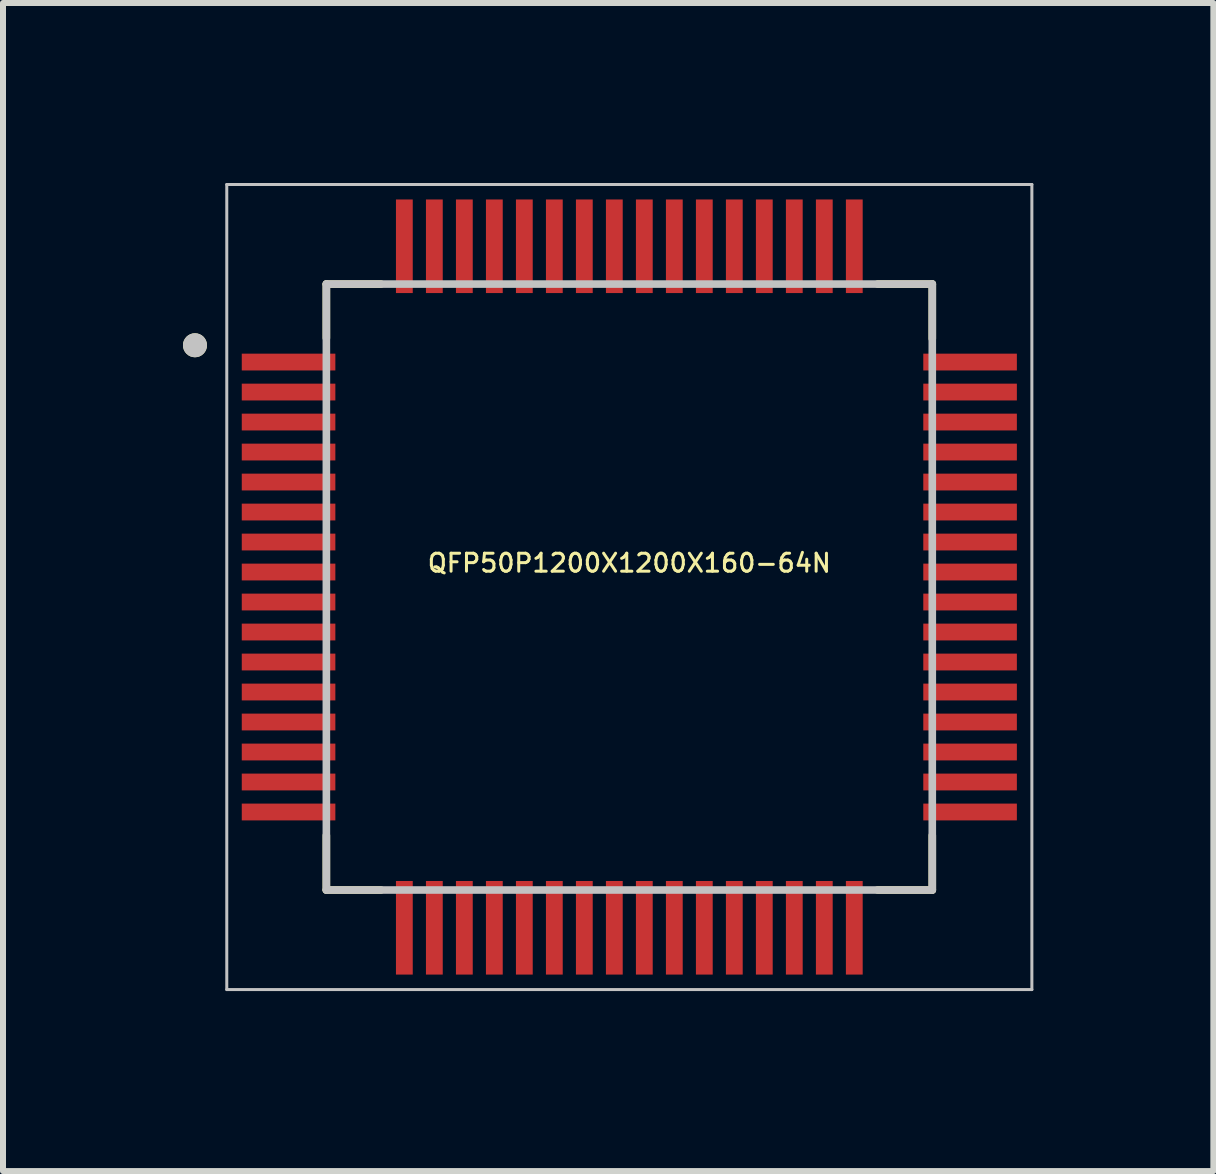
<source format=kicad_pcb>
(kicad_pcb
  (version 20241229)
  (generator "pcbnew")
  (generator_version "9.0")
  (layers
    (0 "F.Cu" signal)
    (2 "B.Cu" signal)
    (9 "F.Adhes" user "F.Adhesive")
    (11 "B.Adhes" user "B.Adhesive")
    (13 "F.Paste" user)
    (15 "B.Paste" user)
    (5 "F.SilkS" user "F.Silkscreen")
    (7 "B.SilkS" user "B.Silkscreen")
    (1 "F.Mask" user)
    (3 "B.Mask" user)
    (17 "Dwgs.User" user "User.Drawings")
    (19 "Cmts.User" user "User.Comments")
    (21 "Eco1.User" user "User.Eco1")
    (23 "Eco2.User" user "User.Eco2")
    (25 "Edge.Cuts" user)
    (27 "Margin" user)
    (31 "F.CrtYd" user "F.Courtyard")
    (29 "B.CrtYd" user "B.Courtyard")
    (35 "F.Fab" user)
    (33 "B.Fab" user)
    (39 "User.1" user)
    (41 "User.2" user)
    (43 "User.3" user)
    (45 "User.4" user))
  (footprint "QFP50P1200X1200X160-64N"
    (layer "F.Cu")
    (at 7.44 6.735)
    (property "Reference" "QFP50P1200X1200X160-64N" (at 0 -0.4 0) (layer "F.SilkS") (effects (font (size 0.3 0.3) (thickness 0.05))))
    (attr smd)
    (fp_line (start -5.05 -5.05) (end -5.05 -4.15) (stroke (width 0.127) (type solid)) (layer "F.SilkS"))
    (fp_line (start -5.05 -5.05) (end -4.14 -5.05) (stroke (width 0.127) (type solid)) (layer "F.SilkS"))
    (fp_line (start -5.05 5.05) (end -5.05 4.14) (stroke (width 0.127) (type solid)) (layer "F.SilkS"))
    (fp_line (start -5.05 5.05) (end -4.14 5.05) (stroke (width 0.127) (type solid)) (layer "F.SilkS"))
    (fp_line (start 5.05 -5.05) (end 4.14 -5.05) (stroke (width 0.127) (type solid)) (layer "F.SilkS"))
    (fp_line (start 5.05 -5.05) (end 5.05 -4.14) (stroke (width 0.127) (type solid)) (layer "F.SilkS"))
    (fp_line (start 5.05 5.05) (end 4.14 5.05) (stroke (width 0.127) (type solid)) (layer "F.SilkS"))
    (fp_line (start 5.05 5.05) (end 5.05 4.14) (stroke (width 0.127) (type solid)) (layer "F.SilkS"))
    (fp_circle (center -7.24 -4.03) (end -7.04 -4.03) (stroke (width 0) (type solid)) (fill yes) (layer "F.SilkS"))
    (fp_line (start -6.71 -6.71) (end 6.71 -6.71) (stroke (width 0.05) (type solid)) (layer "Dwgs.User"))
    (fp_line (start -6.71 6.71) (end -6.71 -6.71) (stroke (width 0.05) (type solid)) (layer "Dwgs.User"))
    (fp_line (start -6.71 6.71) (end 6.71 6.71) (stroke (width 0.05) (type solid)) (layer "Dwgs.User"))
    (fp_line (start -5.05 -5.05) (end 5.05 -5.05) (stroke (width 0.127) (type solid)) (layer "Dwgs.User"))
    (fp_line (start -5.05 5.05) (end -5.05 -5.05) (stroke (width 0.127) (type solid)) (layer "Dwgs.User"))
    (fp_line (start -5.05 5.05) (end 5.05 5.05) (stroke (width 0.127) (type solid)) (layer "Dwgs.User"))
    (fp_line (start 5.05 5.05) (end 5.05 -5.05) (stroke (width 0.127) (type solid)) (layer "Dwgs.User"))
    (fp_line (start 6.71 6.71) (end 6.71 -6.71) (stroke (width 0.05) (type solid)) (layer "Dwgs.User"))
    (fp_circle (center -7.24 -4.03) (end -7.04 -4.03) (stroke (width 0) (type solid)) (fill yes) (layer "Dwgs.User"))
    (pad "1" smd rect (at -5.68 -3.75) (size 1.56 0.28) (layers "F.Cu" "F.Mask" "F.Paste"))
    (pad "2" smd rect (at -5.68 -3.25) (size 1.56 0.28) (layers "F.Cu" "F.Mask" "F.Paste"))
    (pad "3" smd rect (at -5.68 -2.75) (size 1.56 0.28) (layers "F.Cu" "F.Mask" "F.Paste"))
    (pad "4" smd rect (at -5.68 -2.25) (size 1.56 0.28) (layers "F.Cu" "F.Mask" "F.Paste"))
    (pad "5" smd rect (at -5.68 -1.75) (size 1.56 0.28) (layers "F.Cu" "F.Mask" "F.Paste"))
    (pad "6" smd rect (at -5.68 -1.25) (size 1.56 0.28) (layers "F.Cu" "F.Mask" "F.Paste"))
    (pad "7" smd rect (at -5.68 -0.75) (size 1.56 0.28) (layers "F.Cu" "F.Mask" "F.Paste"))
    (pad "8" smd rect (at -5.68 -0.25) (size 1.56 0.28) (layers "F.Cu" "F.Mask" "F.Paste"))
    (pad "9" smd rect (at -5.68 0.25) (size 1.56 0.28) (layers "F.Cu" "F.Mask" "F.Paste"))
    (pad "10" smd rect (at -5.68 0.75) (size 1.56 0.28) (layers "F.Cu" "F.Mask" "F.Paste"))
    (pad "11" smd rect (at -5.68 1.25) (size 1.56 0.28) (layers "F.Cu" "F.Mask" "F.Paste"))
    (pad "12" smd rect (at -5.68 1.75) (size 1.56 0.28) (layers "F.Cu" "F.Mask" "F.Paste"))
    (pad "13" smd rect (at -5.68 2.25) (size 1.56 0.28) (layers "F.Cu" "F.Mask" "F.Paste"))
    (pad "14" smd rect (at -5.68 2.75) (size 1.56 0.28) (layers "F.Cu" "F.Mask" "F.Paste"))
    (pad "15" smd rect (at -5.68 3.25) (size 1.56 0.28) (layers "F.Cu" "F.Mask" "F.Paste"))
    (pad "16" smd rect (at -5.68 3.75) (size 1.56 0.28) (layers "F.Cu" "F.Mask" "F.Paste"))
    (pad "17" smd rect (at -3.75 5.68 90) (size 1.56 0.28) (layers "F.Cu" "F.Mask" "F.Paste"))
    (pad "18" smd rect (at -3.25 5.68 90) (size 1.56 0.28) (layers "F.Cu" "F.Mask" "F.Paste"))
    (pad "19" smd rect (at -2.75 5.68 90) (size 1.56 0.28) (layers "F.Cu" "F.Mask" "F.Paste"))
    (pad "20" smd rect (at -2.25 5.68 90) (size 1.56 0.28) (layers "F.Cu" "F.Mask" "F.Paste"))
    (pad "21" smd rect (at -1.75 5.68 90) (size 1.56 0.28) (layers "F.Cu" "F.Mask" "F.Paste"))
    (pad "22" smd rect (at -1.25 5.68 90) (size 1.56 0.28) (layers "F.Cu" "F.Mask" "F.Paste"))
    (pad "23" smd rect (at -0.75 5.68 90) (size 1.56 0.28) (layers "F.Cu" "F.Mask" "F.Paste"))
    (pad "24" smd rect (at -0.25 5.68 90) (size 1.56 0.28) (layers "F.Cu" "F.Mask" "F.Paste"))
    (pad "25" smd rect (at 0.25 5.68 90) (size 1.56 0.28) (layers "F.Cu" "F.Mask" "F.Paste"))
    (pad "26" smd rect (at 0.75 5.68 90) (size 1.56 0.28) (layers "F.Cu" "F.Mask" "F.Paste"))
    (pad "27" smd rect (at 1.25 5.68 90) (size 1.56 0.28) (layers "F.Cu" "F.Mask" "F.Paste"))
    (pad "28" smd rect (at 1.75 5.68 90) (size 1.56 0.28) (layers "F.Cu" "F.Mask" "F.Paste"))
    (pad "29" smd rect (at 2.25 5.68 90) (size 1.56 0.28) (layers "F.Cu" "F.Mask" "F.Paste"))
    (pad "30" smd rect (at 2.75 5.68 90) (size 1.56 0.28) (layers "F.Cu" "F.Mask" "F.Paste"))
    (pad "31" smd rect (at 3.25 5.68 90) (size 1.56 0.28) (layers "F.Cu" "F.Mask" "F.Paste"))
    (pad "32" smd rect (at 3.75 5.68 90) (size 1.56 0.28) (layers "F.Cu" "F.Mask" "F.Paste"))
    (pad "33" smd rect (at 5.68 3.75) (size 1.56 0.28) (layers "F.Cu" "F.Mask" "F.Paste"))
    (pad "34" smd rect (at 5.68 3.25) (size 1.56 0.28) (layers "F.Cu" "F.Mask" "F.Paste"))
    (pad "35" smd rect (at 5.68 2.75) (size 1.56 0.28) (layers "F.Cu" "F.Mask" "F.Paste"))
    (pad "36" smd rect (at 5.68 2.25) (size 1.56 0.28) (layers "F.Cu" "F.Mask" "F.Paste"))
    (pad "37" smd rect (at 5.68 1.75) (size 1.56 0.28) (layers "F.Cu" "F.Mask" "F.Paste"))
    (pad "38" smd rect (at 5.68 1.25) (size 1.56 0.28) (layers "F.Cu" "F.Mask" "F.Paste"))
    (pad "39" smd rect (at 5.68 0.75) (size 1.56 0.28) (layers "F.Cu" "F.Mask" "F.Paste"))
    (pad "40" smd rect (at 5.68 0.25) (size 1.56 0.28) (layers "F.Cu" "F.Mask" "F.Paste"))
    (pad "41" smd rect (at 5.68 -0.25) (size 1.56 0.28) (layers "F.Cu" "F.Mask" "F.Paste"))
    (pad "42" smd rect (at 5.68 -0.75) (size 1.56 0.28) (layers "F.Cu" "F.Mask" "F.Paste"))
    (pad "43" smd rect (at 5.68 -1.25) (size 1.56 0.28) (layers "F.Cu" "F.Mask" "F.Paste"))
    (pad "44" smd rect (at 5.68 -1.75) (size 1.56 0.28) (layers "F.Cu" "F.Mask" "F.Paste"))
    (pad "45" smd rect (at 5.68 -2.25) (size 1.56 0.28) (layers "F.Cu" "F.Mask" "F.Paste"))
    (pad "46" smd rect (at 5.68 -2.75) (size 1.56 0.28) (layers "F.Cu" "F.Mask" "F.Paste"))
    (pad "47" smd rect (at 5.68 -3.25) (size 1.56 0.28) (layers "F.Cu" "F.Mask" "F.Paste"))
    (pad "48" smd rect (at 5.68 -3.75) (size 1.56 0.28) (layers "F.Cu" "F.Mask" "F.Paste"))
    (pad "49" smd rect (at 3.75 -5.68 90) (size 1.56 0.28) (layers "F.Cu" "F.Mask" "F.Paste"))
    (pad "50" smd rect (at 3.25 -5.68 90) (size 1.56 0.28) (layers "F.Cu" "F.Mask" "F.Paste"))
    (pad "51" smd rect (at 2.75 -5.68 90) (size 1.56 0.28) (layers "F.Cu" "F.Mask" "F.Paste"))
    (pad "52" smd rect (at 2.25 -5.68 90) (size 1.56 0.28) (layers "F.Cu" "F.Mask" "F.Paste"))
    (pad "53" smd rect (at 1.75 -5.68 90) (size 1.56 0.28) (layers "F.Cu" "F.Mask" "F.Paste"))
    (pad "54" smd rect (at 1.25 -5.68 90) (size 1.56 0.28) (layers "F.Cu" "F.Mask" "F.Paste"))
    (pad "55" smd rect (at 0.75 -5.68 90) (size 1.56 0.28) (layers "F.Cu" "F.Mask" "F.Paste"))
    (pad "56" smd rect (at 0.25 -5.68 90) (size 1.56 0.28) (layers "F.Cu" "F.Mask" "F.Paste"))
    (pad "57" smd rect (at -0.25 -5.68 90) (size 1.56 0.28) (layers "F.Cu" "F.Mask" "F.Paste"))
    (pad "58" smd rect (at -0.75 -5.68 90) (size 1.56 0.28) (layers "F.Cu" "F.Mask" "F.Paste"))
    (pad "59" smd rect (at -1.25 -5.68 90) (size 1.56 0.28) (layers "F.Cu" "F.Mask" "F.Paste"))
    (pad "60" smd rect (at -1.75 -5.68 90) (size 1.56 0.28) (layers "F.Cu" "F.Mask" "F.Paste"))
    (pad "61" smd rect (at -2.25 -5.68 90) (size 1.56 0.28) (layers "F.Cu" "F.Mask" "F.Paste"))
    (pad "62" smd rect (at -2.75 -5.68 90) (size 1.56 0.28) (layers "F.Cu" "F.Mask" "F.Paste"))
    (pad "63" smd rect (at -3.25 -5.68 90) (size 1.56 0.28) (layers "F.Cu" "F.Mask" "F.Paste"))
    (pad "64" smd rect (at -3.75 -5.68 90) (size 1.56 0.28) (layers "F.Cu" "F.Mask" "F.Paste")))
  (gr_rect
    (start -3 -3)
    (end 17.175 16.47)
    (stroke (width 0.1) (type default))
    (fill no)
    (layer "Edge.Cuts")))
</source>
